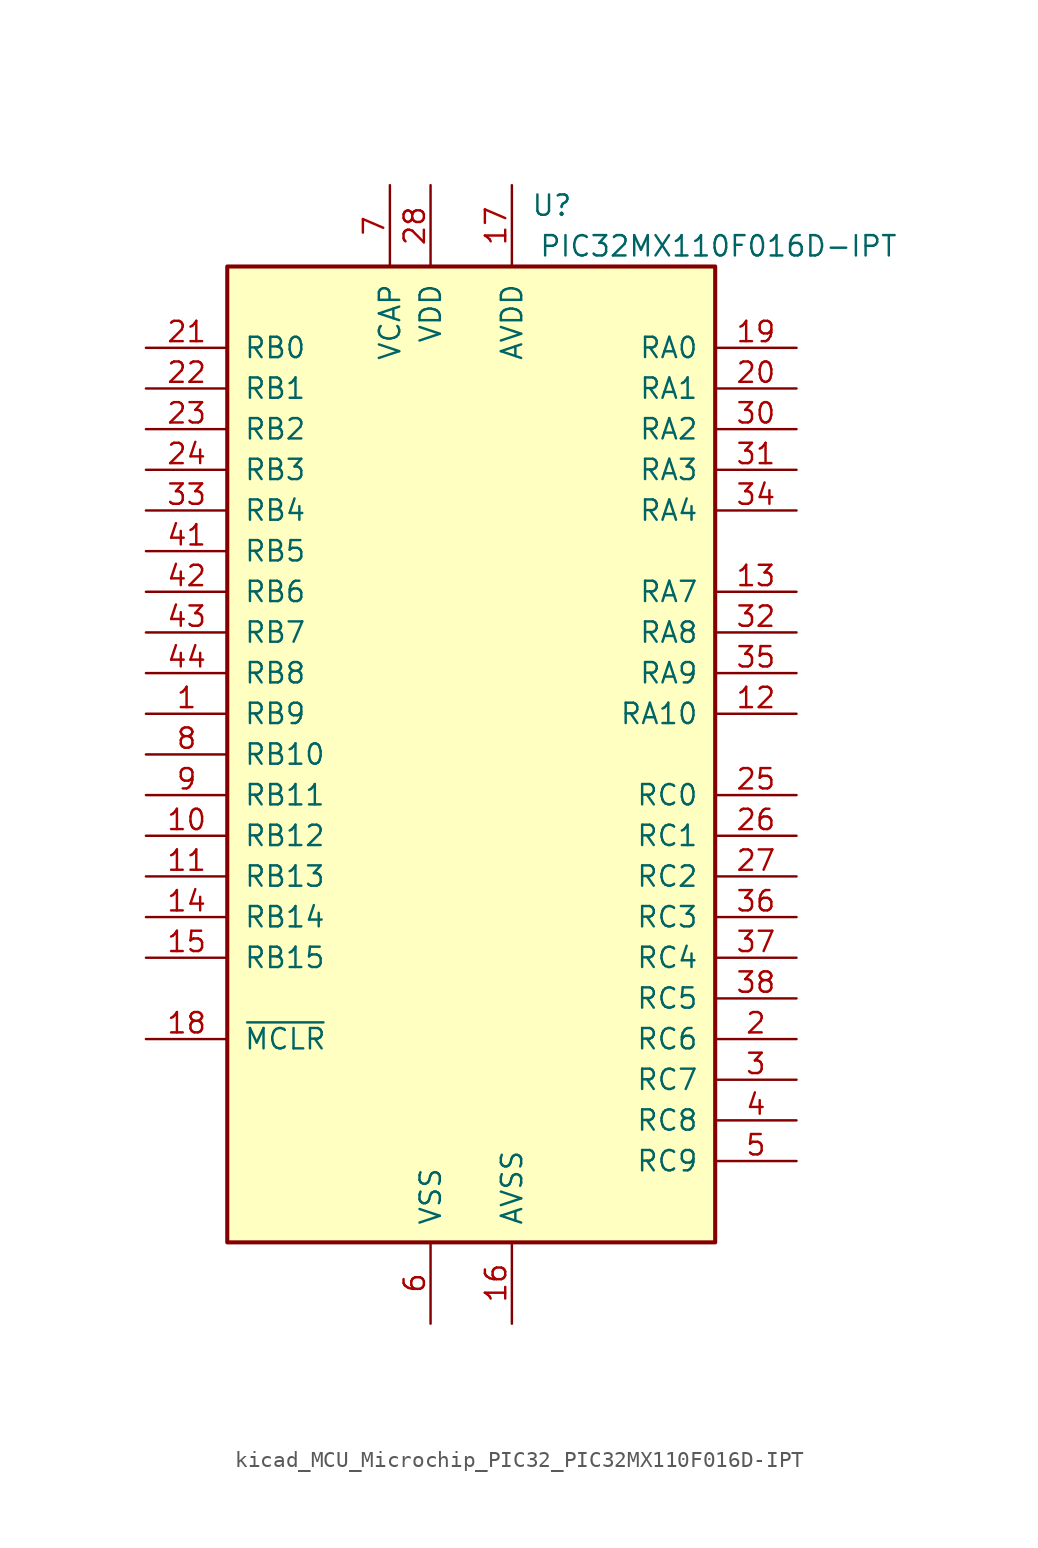
<source format=kicad_sym>
(kicad_symbol_lib
  (version 20220914)
  (generator kicad_symbol_editor)
  (symbol "kicad_MCU_Microchip_PIC32_PIC32MX110F016D-IPT"
    (pin_names
      (offset 1.016))
    (property "Reference" "U"
      (at 6.35 34.29 0)
      (effects (font (size 1.27 1.27)) (justify right)))
    (property "Value" "PIC32MX110F016D-IPT"
      (at 26.67 31.75 0)
      (effects (font (size 1.27 1.27)) (justify right)))
    (symbol "kicad_MCU_Microchip_PIC32_PIC32MX110F016D-IPT_0_1"
      (rectangle (start -15.24 30.48) (end 15.24 -30.48) (stroke (width 0.254) (type default)) (fill (type background))))
    (symbol "kicad_MCU_Microchip_PIC32_PIC32MX110F016D-IPT_1_1"
      (pin bidirectional line (at -20.32 2.54 0) (length 5.08) (name "RB9" (effects (font (size 1.27 1.27)))) (number "1" (effects (font (size 1.27 1.27)))))
      (pin bidirectional line (at -20.32 -5.08 0) (length 5.08) (name "RB12" (effects (font (size 1.27 1.27)))) (number "10" (effects (font (size 1.27 1.27)))))
      (pin bidirectional line (at -20.32 -7.62 0) (length 5.08) (name "RB13" (effects (font (size 1.27 1.27)))) (number "11" (effects (font (size 1.27 1.27)))))
      (pin bidirectional line (at 20.32 2.54 180) (length 5.08) (name "RA10" (effects (font (size 1.27 1.27)))) (number "12" (effects (font (size 1.27 1.27)))))
      (pin bidirectional line (at 20.32 10.16 180) (length 5.08) (name "RA7" (effects (font (size 1.27 1.27)))) (number "13" (effects (font (size 1.27 1.27)))))
      (pin bidirectional line (at -20.32 -10.16 0) (length 5.08) (name "RB14" (effects (font (size 1.27 1.27)))) (number "14" (effects (font (size 1.27 1.27)))))
      (pin bidirectional line (at -20.32 -12.7 0) (length 5.08) (name "RB15" (effects (font (size 1.27 1.27)))) (number "15" (effects (font (size 1.27 1.27)))))
      (pin power_in line (at 2.54 -35.56 90) (length 5.08) (name "AVSS" (effects (font (size 1.27 1.27)))) (number "16" (effects (font (size 1.27 1.27)))))
      (pin power_in line (at 2.54 35.56 270) (length 5.08) (name "AVDD" (effects (font (size 1.27 1.27)))) (number "17" (effects (font (size 1.27 1.27)))))
      (pin input line (at -20.32 -17.78 0) (length 5.08) (name "~{MCLR}" (effects (font (size 1.27 1.27)))) (number "18" (effects (font (size 1.27 1.27)))))
      (pin input line (at 20.32 25.4 180) (length 5.08) (name "RA0" (effects (font (size 1.27 1.27)))) (number "19" (effects (font (size 1.27 1.27)))))
      (pin bidirectional line (at 20.32 -17.78 180) (length 5.08) (name "RC6" (effects (font (size 1.27 1.27)))) (number "2" (effects (font (size 1.27 1.27)))))
      (pin input line (at 20.32 22.86 180) (length 5.08) (name "RA1" (effects (font (size 1.27 1.27)))) (number "20" (effects (font (size 1.27 1.27)))))
      (pin input line (at -20.32 25.4 0) (length 5.08) (name "RB0" (effects (font (size 1.27 1.27)))) (number "21" (effects (font (size 1.27 1.27)))))
      (pin input line (at -20.32 22.86 0) (length 5.08) (name "RB1" (effects (font (size 1.27 1.27)))) (number "22" (effects (font (size 1.27 1.27)))))
      (pin input line (at -20.32 20.32 0) (length 5.08) (name "RB2" (effects (font (size 1.27 1.27)))) (number "23" (effects (font (size 1.27 1.27)))))
      (pin input line (at -20.32 17.78 0) (length 5.08) (name "RB3" (effects (font (size 1.27 1.27)))) (number "24" (effects (font (size 1.27 1.27)))))
      (pin input line (at 20.32 -2.54 180) (length 5.08) (name "RC0" (effects (font (size 1.27 1.27)))) (number "25" (effects (font (size 1.27 1.27)))))
      (pin input line (at 20.32 -5.08 180) (length 5.08) (name "RC1" (effects (font (size 1.27 1.27)))) (number "26" (effects (font (size 1.27 1.27)))))
      (pin input line (at 20.32 -7.62 180) (length 5.08) (name "RC2" (effects (font (size 1.27 1.27)))) (number "27" (effects (font (size 1.27 1.27)))))
      (pin power_in line (at -2.54 35.56 270) (length 5.08) (name "VDD" (effects (font (size 1.27 1.27)))) (number "28" (effects (font (size 1.27 1.27)))))
      (pin passive line (at -2.54 -35.56 90) (length 5.08) hide (name "VSS" (effects (font (size 1.27 1.27)))) (number "29" (effects (font (size 1.27 1.27)))))
      (pin bidirectional line (at 20.32 -20.32 180) (length 5.08) (name "RC7" (effects (font (size 1.27 1.27)))) (number "3" (effects (font (size 1.27 1.27)))))
      (pin input line (at 20.32 20.32 180) (length 5.08) (name "RA2" (effects (font (size 1.27 1.27)))) (number "30" (effects (font (size 1.27 1.27)))))
      (pin input line (at 20.32 17.78 180) (length 5.08) (name "RA3" (effects (font (size 1.27 1.27)))) (number "31" (effects (font (size 1.27 1.27)))))
      (pin input line (at 20.32 7.62 180) (length 5.08) (name "RA8" (effects (font (size 1.27 1.27)))) (number "32" (effects (font (size 1.27 1.27)))))
      (pin input line (at -20.32 15.24 0) (length 5.08) (name "RB4" (effects (font (size 1.27 1.27)))) (number "33" (effects (font (size 1.27 1.27)))))
      (pin input line (at 20.32 15.24 180) (length 5.08) (name "RA4" (effects (font (size 1.27 1.27)))) (number "34" (effects (font (size 1.27 1.27)))))
      (pin input line (at 20.32 5.08 180) (length 5.08) (name "RA9" (effects (font (size 1.27 1.27)))) (number "35" (effects (font (size 1.27 1.27)))))
      (pin input line (at 20.32 -10.16 180) (length 5.08) (name "RC3" (effects (font (size 1.27 1.27)))) (number "36" (effects (font (size 1.27 1.27)))))
      (pin input line (at 20.32 -12.7 180) (length 5.08) (name "RC4" (effects (font (size 1.27 1.27)))) (number "37" (effects (font (size 1.27 1.27)))))
      (pin input line (at 20.32 -15.24 180) (length 5.08) (name "RC5" (effects (font (size 1.27 1.27)))) (number "38" (effects (font (size 1.27 1.27)))))
      (pin passive line (at -2.54 -35.56 90) (length 5.08) hide (name "VSS" (effects (font (size 1.27 1.27)))) (number "39" (effects (font (size 1.27 1.27)))))
      (pin bidirectional line (at 20.32 -22.86 180) (length 5.08) (name "RC8" (effects (font (size 1.27 1.27)))) (number "4" (effects (font (size 1.27 1.27)))))
      (pin passive line (at -2.54 35.56 270) (length 5.08) hide (name "VDD" (effects (font (size 1.27 1.27)))) (number "40" (effects (font (size 1.27 1.27)))))
      (pin input line (at -20.32 12.7 0) (length 5.08) (name "RB5" (effects (font (size 1.27 1.27)))) (number "41" (effects (font (size 1.27 1.27)))))
      (pin input line (at -20.32 10.16 0) (length 5.08) (name "RB6" (effects (font (size 1.27 1.27)))) (number "42" (effects (font (size 1.27 1.27)))))
      (pin input line (at -20.32 7.62 0) (length 5.08) (name "RB7" (effects (font (size 1.27 1.27)))) (number "43" (effects (font (size 1.27 1.27)))))
      (pin input line (at -20.32 5.08 0) (length 5.08) (name "RB8" (effects (font (size 1.27 1.27)))) (number "44" (effects (font (size 1.27 1.27)))))
      (pin bidirectional line (at 20.32 -25.4 180) (length 5.08) (name "RC9" (effects (font (size 1.27 1.27)))) (number "5" (effects (font (size 1.27 1.27)))))
      (pin power_in line (at -2.54 -35.56 90) (length 5.08) (name "VSS" (effects (font (size 1.27 1.27)))) (number "6" (effects (font (size 1.27 1.27)))))
      (pin power_in line (at -5.08 35.56 270) (length 5.08) (name "VCAP" (effects (font (size 1.27 1.27)))) (number "7" (effects (font (size 1.27 1.27)))))
      (pin bidirectional line (at -20.32 0 0) (length 5.08) (name "RB10" (effects (font (size 1.27 1.27)))) (number "8" (effects (font (size 1.27 1.27)))))
      (pin bidirectional line (at -20.32 -2.54 0) (length 5.08) (name "RB11" (effects (font (size 1.27 1.27)))) (number "9" (effects (font (size 1.27 1.27))))))))
</source>
